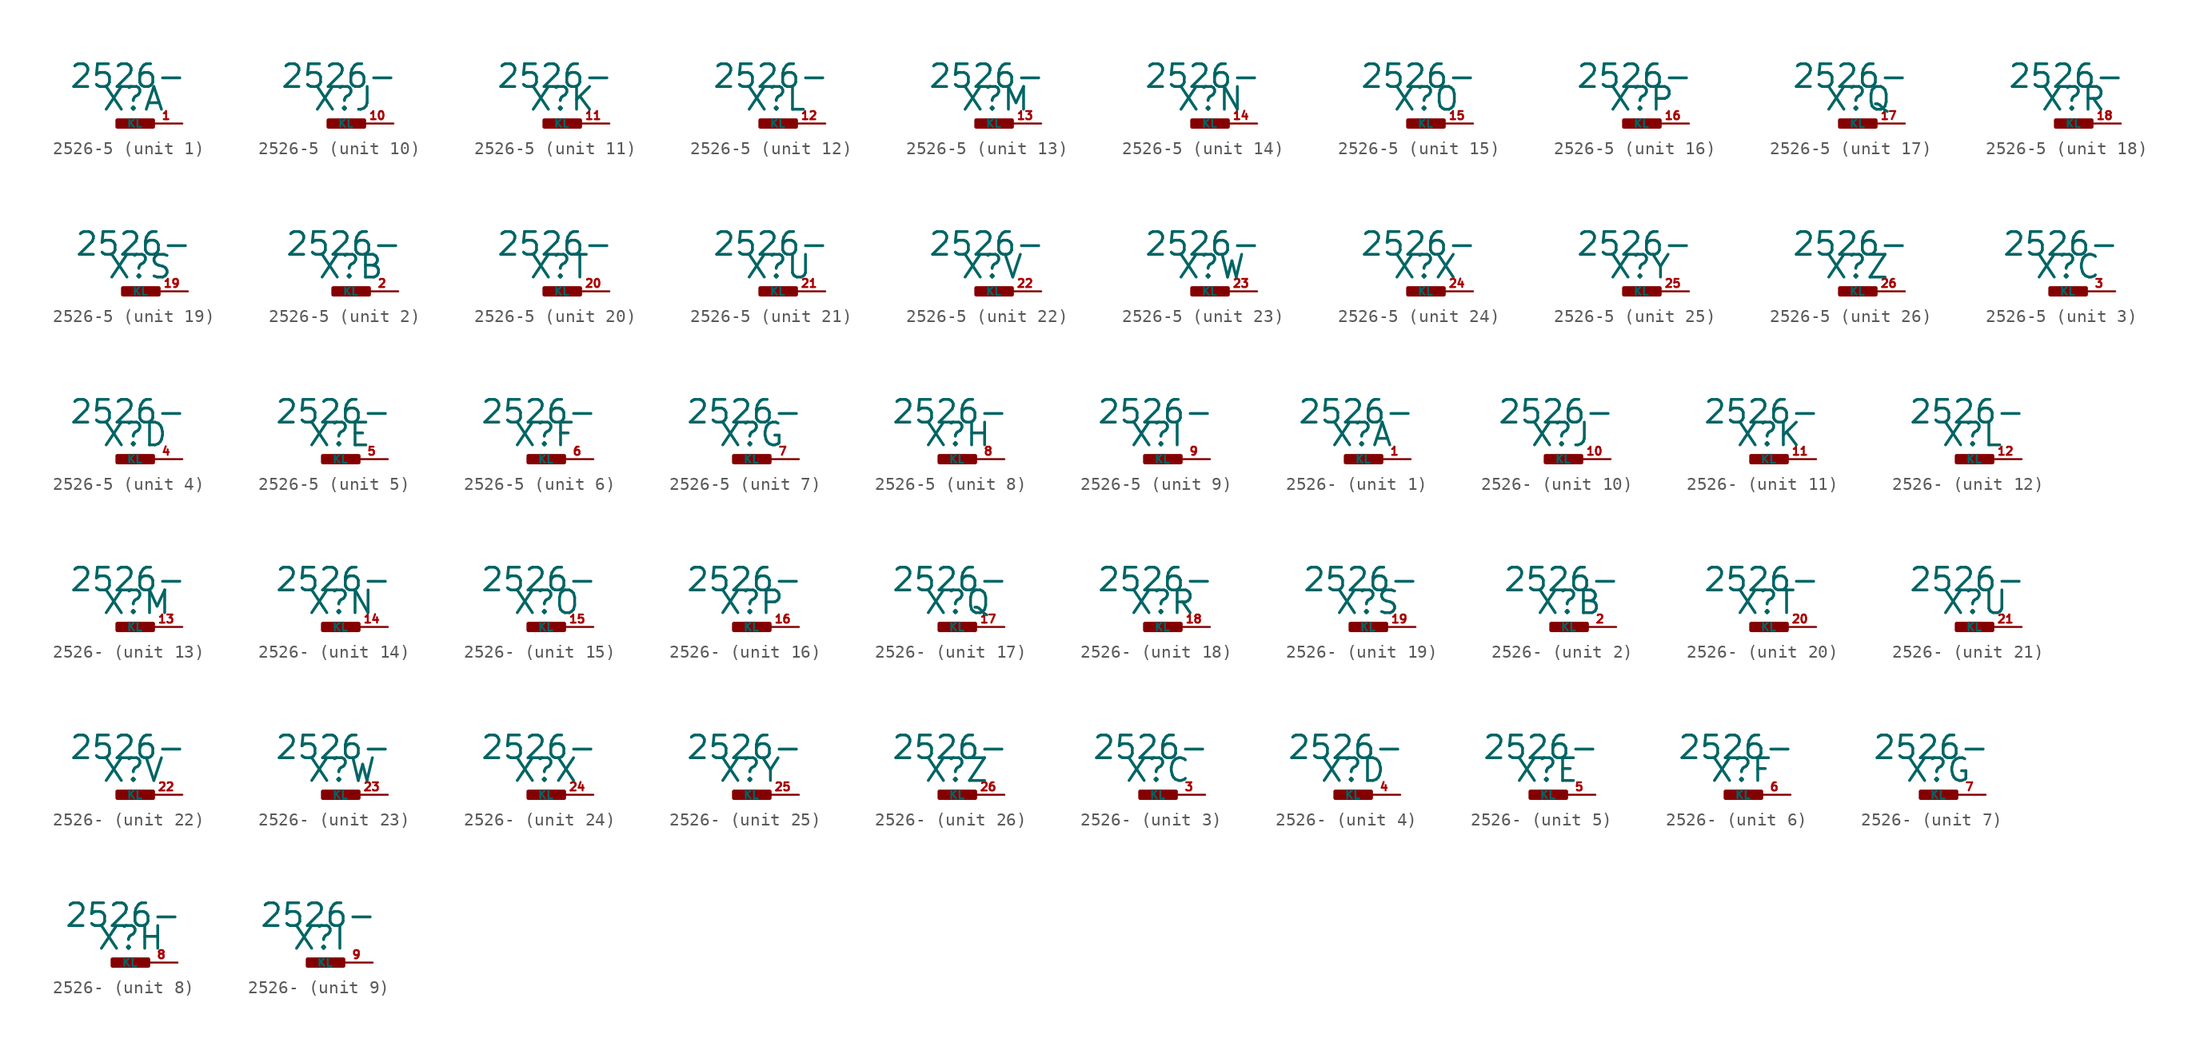
<source format=kicad_sym>
(kicad_symbol_lib
  (version 20220914)
  (generator Eagle2Kicad)
  (symbol "2526-5"
    (property "Reference" "X"
      (at -1.27 0.889 0)
      (effects (font (size 1.778 1.778) (thickness 0.22)) (justify left bottom)))
    (property "Value" "2526-"
      (at -3.81 2.667 0)
      (effects (font (size 1.778 1.778) (thickness 0.22)) (justify left bottom)))
    (symbol "2526-5_1_0"
      (rectangle (start 0 -0.254) (end 2.794 0.254) (stroke (width 0.3) (type default)) (fill (type outline)))
      (pin passive line (at 5.08 0 180) (length 2.54) (name "KL" (effects (font (size 0.635 0.635) (thickness 0.08)) (justify left bottom))) (number "1" (effects (font (size 0.635 0.635) (thickness 0.08)) (justify left bottom)))))
    (symbol "2526-5_2_0"
      (rectangle (start 0 -0.254) (end 2.794 0.254) (stroke (width 0.3) (type default)) (fill (type outline)))
      (pin passive line (at 5.08 0 180) (length 2.54) (name "KL" (effects (font (size 0.635 0.635) (thickness 0.08)) (justify left bottom))) (number "2" (effects (font (size 0.635 0.635) (thickness 0.08)) (justify left bottom)))))
    (symbol "2526-5_3_0"
      (rectangle (start 0 -0.254) (end 2.794 0.254) (stroke (width 0.3) (type default)) (fill (type outline)))
      (pin passive line (at 5.08 0 180) (length 2.54) (name "KL" (effects (font (size 0.635 0.635) (thickness 0.08)) (justify left bottom))) (number "3" (effects (font (size 0.635 0.635) (thickness 0.08)) (justify left bottom)))))
    (symbol "2526-5_4_0"
      (rectangle (start 0 -0.254) (end 2.794 0.254) (stroke (width 0.3) (type default)) (fill (type outline)))
      (pin passive line (at 5.08 0 180) (length 2.54) (name "KL" (effects (font (size 0.635 0.635) (thickness 0.08)) (justify left bottom))) (number "4" (effects (font (size 0.635 0.635) (thickness 0.08)) (justify left bottom)))))
    (symbol "2526-5_5_0"
      (rectangle (start 0 -0.254) (end 2.794 0.254) (stroke (width 0.3) (type default)) (fill (type outline)))
      (pin passive line (at 5.08 0 180) (length 2.54) (name "KL" (effects (font (size 0.635 0.635) (thickness 0.08)) (justify left bottom))) (number "5" (effects (font (size 0.635 0.635) (thickness 0.08)) (justify left bottom)))))
    (symbol "2526-5_6_0"
      (rectangle (start 0 -0.254) (end 2.794 0.254) (stroke (width 0.3) (type default)) (fill (type outline)))
      (pin passive line (at 5.08 0 180) (length 2.54) (name "KL" (effects (font (size 0.635 0.635) (thickness 0.08)) (justify left bottom))) (number "6" (effects (font (size 0.635 0.635) (thickness 0.08)) (justify left bottom)))))
    (symbol "2526-5_7_0"
      (rectangle (start 0 -0.254) (end 2.794 0.254) (stroke (width 0.3) (type default)) (fill (type outline)))
      (pin passive line (at 5.08 0 180) (length 2.54) (name "KL" (effects (font (size 0.635 0.635) (thickness 0.08)) (justify left bottom))) (number "7" (effects (font (size 0.635 0.635) (thickness 0.08)) (justify left bottom)))))
    (symbol "2526-5_8_0"
      (rectangle (start 0 -0.254) (end 2.794 0.254) (stroke (width 0.3) (type default)) (fill (type outline)))
      (pin passive line (at 5.08 0 180) (length 2.54) (name "KL" (effects (font (size 0.635 0.635) (thickness 0.08)) (justify left bottom))) (number "8" (effects (font (size 0.635 0.635) (thickness 0.08)) (justify left bottom)))))
    (symbol "2526-5_9_0"
      (rectangle (start 0 -0.254) (end 2.794 0.254) (stroke (width 0.3) (type default)) (fill (type outline)))
      (pin passive line (at 5.08 0 180) (length 2.54) (name "KL" (effects (font (size 0.635 0.635) (thickness 0.08)) (justify left bottom))) (number "9" (effects (font (size 0.635 0.635) (thickness 0.08)) (justify left bottom)))))
    (symbol "2526-5_10_0"
      (rectangle (start 0 -0.254) (end 2.794 0.254) (stroke (width 0.3) (type default)) (fill (type outline)))
      (pin passive line (at 5.08 0 180) (length 2.54) (name "KL" (effects (font (size 0.635 0.635) (thickness 0.08)) (justify left bottom))) (number "10" (effects (font (size 0.635 0.635) (thickness 0.08)) (justify left bottom)))))
    (symbol "2526-5_11_0"
      (rectangle (start 0 -0.254) (end 2.794 0.254) (stroke (width 0.3) (type default)) (fill (type outline)))
      (pin passive line (at 5.08 0 180) (length 2.54) (name "KL" (effects (font (size 0.635 0.635) (thickness 0.08)) (justify left bottom))) (number "11" (effects (font (size 0.635 0.635) (thickness 0.08)) (justify left bottom)))))
    (symbol "2526-5_12_0"
      (rectangle (start 0 -0.254) (end 2.794 0.254) (stroke (width 0.3) (type default)) (fill (type outline)))
      (pin passive line (at 5.08 0 180) (length 2.54) (name "KL" (effects (font (size 0.635 0.635) (thickness 0.08)) (justify left bottom))) (number "12" (effects (font (size 0.635 0.635) (thickness 0.08)) (justify left bottom)))))
    (symbol "2526-5_13_0"
      (rectangle (start 0 -0.254) (end 2.794 0.254) (stroke (width 0.3) (type default)) (fill (type outline)))
      (pin passive line (at 5.08 0 180) (length 2.54) (name "KL" (effects (font (size 0.635 0.635) (thickness 0.08)) (justify left bottom))) (number "13" (effects (font (size 0.635 0.635) (thickness 0.08)) (justify left bottom)))))
    (symbol "2526-5_14_0"
      (rectangle (start 0 -0.254) (end 2.794 0.254) (stroke (width 0.3) (type default)) (fill (type outline)))
      (pin passive line (at 5.08 0 180) (length 2.54) (name "KL" (effects (font (size 0.635 0.635) (thickness 0.08)) (justify left bottom))) (number "14" (effects (font (size 0.635 0.635) (thickness 0.08)) (justify left bottom)))))
    (symbol "2526-5_15_0"
      (rectangle (start 0 -0.254) (end 2.794 0.254) (stroke (width 0.3) (type default)) (fill (type outline)))
      (pin passive line (at 5.08 0 180) (length 2.54) (name "KL" (effects (font (size 0.635 0.635) (thickness 0.08)) (justify left bottom))) (number "15" (effects (font (size 0.635 0.635) (thickness 0.08)) (justify left bottom)))))
    (symbol "2526-5_16_0"
      (rectangle (start 0 -0.254) (end 2.794 0.254) (stroke (width 0.3) (type default)) (fill (type outline)))
      (pin passive line (at 5.08 0 180) (length 2.54) (name "KL" (effects (font (size 0.635 0.635) (thickness 0.08)) (justify left bottom))) (number "16" (effects (font (size 0.635 0.635) (thickness 0.08)) (justify left bottom)))))
    (symbol "2526-5_17_0"
      (rectangle (start 0 -0.254) (end 2.794 0.254) (stroke (width 0.3) (type default)) (fill (type outline)))
      (pin passive line (at 5.08 0 180) (length 2.54) (name "KL" (effects (font (size 0.635 0.635) (thickness 0.08)) (justify left bottom))) (number "17" (effects (font (size 0.635 0.635) (thickness 0.08)) (justify left bottom)))))
    (symbol "2526-5_18_0"
      (rectangle (start 0 -0.254) (end 2.794 0.254) (stroke (width 0.3) (type default)) (fill (type outline)))
      (pin passive line (at 5.08 0 180) (length 2.54) (name "KL" (effects (font (size 0.635 0.635) (thickness 0.08)) (justify left bottom))) (number "18" (effects (font (size 0.635 0.635) (thickness 0.08)) (justify left bottom)))))
    (symbol "2526-5_19_0"
      (rectangle (start 0 -0.254) (end 2.794 0.254) (stroke (width 0.3) (type default)) (fill (type outline)))
      (pin passive line (at 5.08 0 180) (length 2.54) (name "KL" (effects (font (size 0.635 0.635) (thickness 0.08)) (justify left bottom))) (number "19" (effects (font (size 0.635 0.635) (thickness 0.08)) (justify left bottom)))))
    (symbol "2526-5_20_0"
      (rectangle (start 0 -0.254) (end 2.794 0.254) (stroke (width 0.3) (type default)) (fill (type outline)))
      (pin passive line (at 5.08 0 180) (length 2.54) (name "KL" (effects (font (size 0.635 0.635) (thickness 0.08)) (justify left bottom))) (number "20" (effects (font (size 0.635 0.635) (thickness 0.08)) (justify left bottom)))))
    (symbol "2526-5_21_0"
      (rectangle (start 0 -0.254) (end 2.794 0.254) (stroke (width 0.3) (type default)) (fill (type outline)))
      (pin passive line (at 5.08 0 180) (length 2.54) (name "KL" (effects (font (size 0.635 0.635) (thickness 0.08)) (justify left bottom))) (number "21" (effects (font (size 0.635 0.635) (thickness 0.08)) (justify left bottom)))))
    (symbol "2526-5_22_0"
      (rectangle (start 0 -0.254) (end 2.794 0.254) (stroke (width 0.3) (type default)) (fill (type outline)))
      (pin passive line (at 5.08 0 180) (length 2.54) (name "KL" (effects (font (size 0.635 0.635) (thickness 0.08)) (justify left bottom))) (number "22" (effects (font (size 0.635 0.635) (thickness 0.08)) (justify left bottom)))))
    (symbol "2526-5_23_0"
      (rectangle (start 0 -0.254) (end 2.794 0.254) (stroke (width 0.3) (type default)) (fill (type outline)))
      (pin passive line (at 5.08 0 180) (length 2.54) (name "KL" (effects (font (size 0.635 0.635) (thickness 0.08)) (justify left bottom))) (number "23" (effects (font (size 0.635 0.635) (thickness 0.08)) (justify left bottom)))))
    (symbol "2526-5_24_0"
      (rectangle (start 0 -0.254) (end 2.794 0.254) (stroke (width 0.3) (type default)) (fill (type outline)))
      (pin passive line (at 5.08 0 180) (length 2.54) (name "KL" (effects (font (size 0.635 0.635) (thickness 0.08)) (justify left bottom))) (number "24" (effects (font (size 0.635 0.635) (thickness 0.08)) (justify left bottom)))))
    (symbol "2526-5_25_0"
      (rectangle (start 0 -0.254) (end 2.794 0.254) (stroke (width 0.3) (type default)) (fill (type outline)))
      (pin passive line (at 5.08 0 180) (length 2.54) (name "KL" (effects (font (size 0.635 0.635) (thickness 0.08)) (justify left bottom))) (number "25" (effects (font (size 0.635 0.635) (thickness 0.08)) (justify left bottom)))))
    (symbol "2526-5_26_0"
      (rectangle (start 0 -0.254) (end 2.794 0.254) (stroke (width 0.3) (type default)) (fill (type outline)))
      (pin passive line (at 5.08 0 180) (length 2.54) (name "KL" (effects (font (size 0.635 0.635) (thickness 0.08)) (justify left bottom))) (number "26" (effects (font (size 0.635 0.635) (thickness 0.08)) (justify left bottom))))))
  (symbol "2526-"
    (property "Reference" "X"
      (at -1.27 0.889 0)
      (effects (font (size 1.778 1.778) (thickness 0.22)) (justify left bottom)))
    (property "Value" "2526-"
      (at -3.81 2.667 0)
      (effects (font (size 1.778 1.778) (thickness 0.22)) (justify left bottom)))
    (symbol "2526-_1_0"
      (rectangle (start 0 -0.254) (end 2.794 0.254) (stroke (width 0.3) (type default)) (fill (type outline)))
      (pin passive line (at 5.08 0 180) (length 2.54) (name "KL" (effects (font (size 0.635 0.635) (thickness 0.08)) (justify left bottom))) (number "1" (effects (font (size 0.635 0.635) (thickness 0.08)) (justify left bottom)))))
    (symbol "2526-_2_0"
      (rectangle (start 0 -0.254) (end 2.794 0.254) (stroke (width 0.3) (type default)) (fill (type outline)))
      (pin passive line (at 5.08 0 180) (length 2.54) (name "KL" (effects (font (size 0.635 0.635) (thickness 0.08)) (justify left bottom))) (number "2" (effects (font (size 0.635 0.635) (thickness 0.08)) (justify left bottom)))))
    (symbol "2526-_3_0"
      (rectangle (start 0 -0.254) (end 2.794 0.254) (stroke (width 0.3) (type default)) (fill (type outline)))
      (pin passive line (at 5.08 0 180) (length 2.54) (name "KL" (effects (font (size 0.635 0.635) (thickness 0.08)) (justify left bottom))) (number "3" (effects (font (size 0.635 0.635) (thickness 0.08)) (justify left bottom)))))
    (symbol "2526-_4_0"
      (rectangle (start 0 -0.254) (end 2.794 0.254) (stroke (width 0.3) (type default)) (fill (type outline)))
      (pin passive line (at 5.08 0 180) (length 2.54) (name "KL" (effects (font (size 0.635 0.635) (thickness 0.08)) (justify left bottom))) (number "4" (effects (font (size 0.635 0.635) (thickness 0.08)) (justify left bottom)))))
    (symbol "2526-_5_0"
      (rectangle (start 0 -0.254) (end 2.794 0.254) (stroke (width 0.3) (type default)) (fill (type outline)))
      (pin passive line (at 5.08 0 180) (length 2.54) (name "KL" (effects (font (size 0.635 0.635) (thickness 0.08)) (justify left bottom))) (number "5" (effects (font (size 0.635 0.635) (thickness 0.08)) (justify left bottom)))))
    (symbol "2526-_6_0"
      (rectangle (start 0 -0.254) (end 2.794 0.254) (stroke (width 0.3) (type default)) (fill (type outline)))
      (pin passive line (at 5.08 0 180) (length 2.54) (name "KL" (effects (font (size 0.635 0.635) (thickness 0.08)) (justify left bottom))) (number "6" (effects (font (size 0.635 0.635) (thickness 0.08)) (justify left bottom)))))
    (symbol "2526-_7_0"
      (rectangle (start 0 -0.254) (end 2.794 0.254) (stroke (width 0.3) (type default)) (fill (type outline)))
      (pin passive line (at 5.08 0 180) (length 2.54) (name "KL" (effects (font (size 0.635 0.635) (thickness 0.08)) (justify left bottom))) (number "7" (effects (font (size 0.635 0.635) (thickness 0.08)) (justify left bottom)))))
    (symbol "2526-_8_0"
      (rectangle (start 0 -0.254) (end 2.794 0.254) (stroke (width 0.3) (type default)) (fill (type outline)))
      (pin passive line (at 5.08 0 180) (length 2.54) (name "KL" (effects (font (size 0.635 0.635) (thickness 0.08)) (justify left bottom))) (number "8" (effects (font (size 0.635 0.635) (thickness 0.08)) (justify left bottom)))))
    (symbol "2526-_9_0"
      (rectangle (start 0 -0.254) (end 2.794 0.254) (stroke (width 0.3) (type default)) (fill (type outline)))
      (pin passive line (at 5.08 0 180) (length 2.54) (name "KL" (effects (font (size 0.635 0.635) (thickness 0.08)) (justify left bottom))) (number "9" (effects (font (size 0.635 0.635) (thickness 0.08)) (justify left bottom)))))
    (symbol "2526-_10_0"
      (rectangle (start 0 -0.254) (end 2.794 0.254) (stroke (width 0.3) (type default)) (fill (type outline)))
      (pin passive line (at 5.08 0 180) (length 2.54) (name "KL" (effects (font (size 0.635 0.635) (thickness 0.08)) (justify left bottom))) (number "10" (effects (font (size 0.635 0.635) (thickness 0.08)) (justify left bottom)))))
    (symbol "2526-_11_0"
      (rectangle (start 0 -0.254) (end 2.794 0.254) (stroke (width 0.3) (type default)) (fill (type outline)))
      (pin passive line (at 5.08 0 180) (length 2.54) (name "KL" (effects (font (size 0.635 0.635) (thickness 0.08)) (justify left bottom))) (number "11" (effects (font (size 0.635 0.635) (thickness 0.08)) (justify left bottom)))))
    (symbol "2526-_12_0"
      (rectangle (start 0 -0.254) (end 2.794 0.254) (stroke (width 0.3) (type default)) (fill (type outline)))
      (pin passive line (at 5.08 0 180) (length 2.54) (name "KL" (effects (font (size 0.635 0.635) (thickness 0.08)) (justify left bottom))) (number "12" (effects (font (size 0.635 0.635) (thickness 0.08)) (justify left bottom)))))
    (symbol "2526-_13_0"
      (rectangle (start 0 -0.254) (end 2.794 0.254) (stroke (width 0.3) (type default)) (fill (type outline)))
      (pin passive line (at 5.08 0 180) (length 2.54) (name "KL" (effects (font (size 0.635 0.635) (thickness 0.08)) (justify left bottom))) (number "13" (effects (font (size 0.635 0.635) (thickness 0.08)) (justify left bottom)))))
    (symbol "2526-_14_0"
      (rectangle (start 0 -0.254) (end 2.794 0.254) (stroke (width 0.3) (type default)) (fill (type outline)))
      (pin passive line (at 5.08 0 180) (length 2.54) (name "KL" (effects (font (size 0.635 0.635) (thickness 0.08)) (justify left bottom))) (number "14" (effects (font (size 0.635 0.635) (thickness 0.08)) (justify left bottom)))))
    (symbol "2526-_15_0"
      (rectangle (start 0 -0.254) (end 2.794 0.254) (stroke (width 0.3) (type default)) (fill (type outline)))
      (pin passive line (at 5.08 0 180) (length 2.54) (name "KL" (effects (font (size 0.635 0.635) (thickness 0.08)) (justify left bottom))) (number "15" (effects (font (size 0.635 0.635) (thickness 0.08)) (justify left bottom)))))
    (symbol "2526-_16_0"
      (rectangle (start 0 -0.254) (end 2.794 0.254) (stroke (width 0.3) (type default)) (fill (type outline)))
      (pin passive line (at 5.08 0 180) (length 2.54) (name "KL" (effects (font (size 0.635 0.635) (thickness 0.08)) (justify left bottom))) (number "16" (effects (font (size 0.635 0.635) (thickness 0.08)) (justify left bottom)))))
    (symbol "2526-_17_0"
      (rectangle (start 0 -0.254) (end 2.794 0.254) (stroke (width 0.3) (type default)) (fill (type outline)))
      (pin passive line (at 5.08 0 180) (length 2.54) (name "KL" (effects (font (size 0.635 0.635) (thickness 0.08)) (justify left bottom))) (number "17" (effects (font (size 0.635 0.635) (thickness 0.08)) (justify left bottom)))))
    (symbol "2526-_18_0"
      (rectangle (start 0 -0.254) (end 2.794 0.254) (stroke (width 0.3) (type default)) (fill (type outline)))
      (pin passive line (at 5.08 0 180) (length 2.54) (name "KL" (effects (font (size 0.635 0.635) (thickness 0.08)) (justify left bottom))) (number "18" (effects (font (size 0.635 0.635) (thickness 0.08)) (justify left bottom)))))
    (symbol "2526-_19_0"
      (rectangle (start 0 -0.254) (end 2.794 0.254) (stroke (width 0.3) (type default)) (fill (type outline)))
      (pin passive line (at 5.08 0 180) (length 2.54) (name "KL" (effects (font (size 0.635 0.635) (thickness 0.08)) (justify left bottom))) (number "19" (effects (font (size 0.635 0.635) (thickness 0.08)) (justify left bottom)))))
    (symbol "2526-_20_0"
      (rectangle (start 0 -0.254) (end 2.794 0.254) (stroke (width 0.3) (type default)) (fill (type outline)))
      (pin passive line (at 5.08 0 180) (length 2.54) (name "KL" (effects (font (size 0.635 0.635) (thickness 0.08)) (justify left bottom))) (number "20" (effects (font (size 0.635 0.635) (thickness 0.08)) (justify left bottom)))))
    (symbol "2526-_21_0"
      (rectangle (start 0 -0.254) (end 2.794 0.254) (stroke (width 0.3) (type default)) (fill (type outline)))
      (pin passive line (at 5.08 0 180) (length 2.54) (name "KL" (effects (font (size 0.635 0.635) (thickness 0.08)) (justify left bottom))) (number "21" (effects (font (size 0.635 0.635) (thickness 0.08)) (justify left bottom)))))
    (symbol "2526-_22_0"
      (rectangle (start 0 -0.254) (end 2.794 0.254) (stroke (width 0.3) (type default)) (fill (type outline)))
      (pin passive line (at 5.08 0 180) (length 2.54) (name "KL" (effects (font (size 0.635 0.635) (thickness 0.08)) (justify left bottom))) (number "22" (effects (font (size 0.635 0.635) (thickness 0.08)) (justify left bottom)))))
    (symbol "2526-_23_0"
      (rectangle (start 0 -0.254) (end 2.794 0.254) (stroke (width 0.3) (type default)) (fill (type outline)))
      (pin passive line (at 5.08 0 180) (length 2.54) (name "KL" (effects (font (size 0.635 0.635) (thickness 0.08)) (justify left bottom))) (number "23" (effects (font (size 0.635 0.635) (thickness 0.08)) (justify left bottom)))))
    (symbol "2526-_24_0"
      (rectangle (start 0 -0.254) (end 2.794 0.254) (stroke (width 0.3) (type default)) (fill (type outline)))
      (pin passive line (at 5.08 0 180) (length 2.54) (name "KL" (effects (font (size 0.635 0.635) (thickness 0.08)) (justify left bottom))) (number "24" (effects (font (size 0.635 0.635) (thickness 0.08)) (justify left bottom)))))
    (symbol "2526-_25_0"
      (rectangle (start 0 -0.254) (end 2.794 0.254) (stroke (width 0.3) (type default)) (fill (type outline)))
      (pin passive line (at 5.08 0 180) (length 2.54) (name "KL" (effects (font (size 0.635 0.635) (thickness 0.08)) (justify left bottom))) (number "25" (effects (font (size 0.635 0.635) (thickness 0.08)) (justify left bottom)))))
    (symbol "2526-_26_0"
      (rectangle (start 0 -0.254) (end 2.794 0.254) (stroke (width 0.3) (type default)) (fill (type outline)))
      (pin passive line (at 5.08 0 180) (length 2.54) (name "KL" (effects (font (size 0.635 0.635) (thickness 0.08)) (justify left bottom))) (number "26" (effects (font (size 0.635 0.635) (thickness 0.08)) (justify left bottom)))))))
</source>
